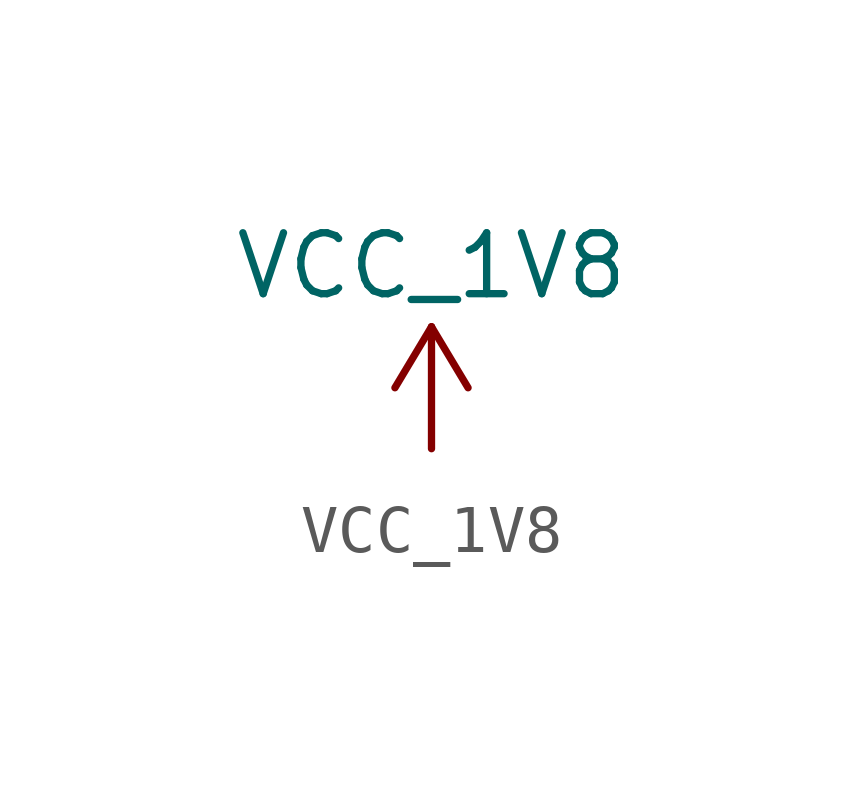
<source format=kicad_sym>
(kicad_symbol_lib
  (version 20220331)
  (generator kicad_symbol_editor)
  (symbol "VCC_1V8"
    (power)
    (pin_names
      (offset 0) hide)
    (property "Reference" "#PWR"
      (at 5.08 -3.81 0)
      (effects (font (size 1.27 1.27)) hide))
    (property "Value" "VCC_1V8"
      (at 0 3.81 0)
      (effects (font (size 1.27 1.27))))
    (symbol "VCC_1V8_0_1"
      (polyline (pts (xy -0.762 1.27) (xy 0 2.54)) (stroke (width 0) (type default)) (fill (type none)))
      (polyline (pts (xy 0 0) (xy 0 2.54)) (stroke (width 0) (type default)) (fill (type none)))
      (polyline (pts (xy 0 2.54) (xy 0.762 1.27)) (stroke (width 0) (type default)) (fill (type none))))
    (symbol "VCC_1V8_1_1"
      (pin power_in line (at 0 0 90) (length 0) hide (name "VCC_DDR" (effects (font (size 1.27 1.27)))) (number "1" (effects (font (size 1.27 1.27))))))))
</source>
